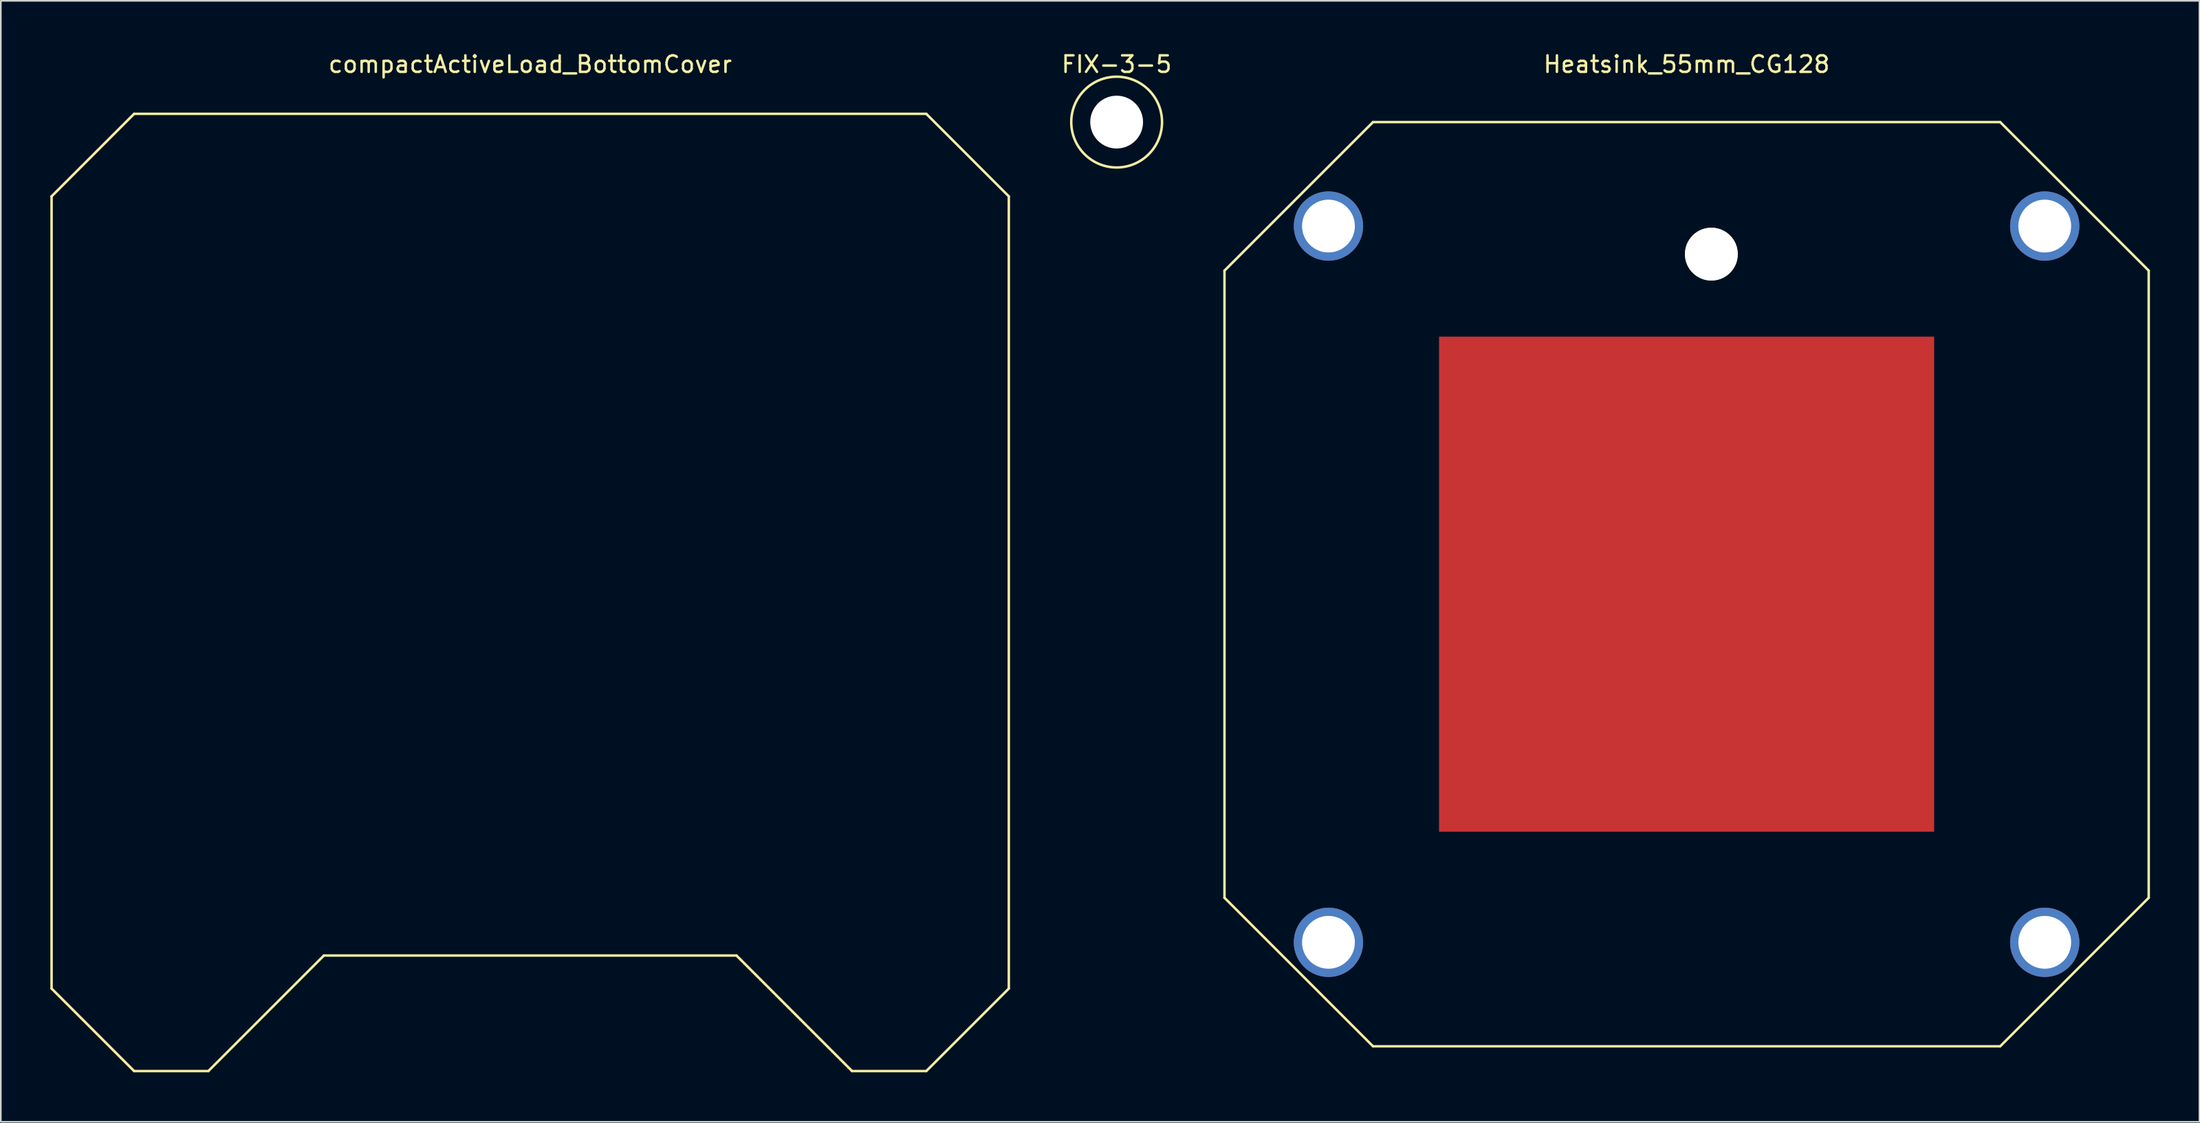
<source format=kicad_pcb>
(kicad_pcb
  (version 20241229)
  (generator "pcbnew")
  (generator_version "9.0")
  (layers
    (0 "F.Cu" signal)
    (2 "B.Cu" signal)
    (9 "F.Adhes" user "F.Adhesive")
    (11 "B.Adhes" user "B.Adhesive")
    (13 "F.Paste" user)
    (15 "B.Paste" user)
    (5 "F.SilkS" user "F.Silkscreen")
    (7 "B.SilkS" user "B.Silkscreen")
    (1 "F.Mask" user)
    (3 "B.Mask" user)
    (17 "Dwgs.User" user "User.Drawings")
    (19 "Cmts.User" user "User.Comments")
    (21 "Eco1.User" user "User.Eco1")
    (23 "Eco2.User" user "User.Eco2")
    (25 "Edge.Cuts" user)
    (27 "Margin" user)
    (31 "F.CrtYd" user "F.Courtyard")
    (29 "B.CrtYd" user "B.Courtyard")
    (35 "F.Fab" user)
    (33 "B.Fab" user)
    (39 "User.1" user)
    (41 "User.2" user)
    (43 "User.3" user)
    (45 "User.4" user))
  (footprint "compactActiveLoad_BottomCover"
    (layer "F.Cu")
    (at 29.075 32.848)
    (property "Reference" "compactActiveLoad_BottomCover" (at 0 -32 0) (layer "F.SilkS") (effects (font (size 1 1) (thickness 0.15))))
    (attr through_hole)
    (fp_line (start -29 -24) (end -29 24) (stroke (width 0.15) (type solid)) (layer "F.SilkS"))
    (fp_line (start -29 24) (end -24 29) (stroke (width 0.15) (type solid)) (layer "F.SilkS"))
    (fp_line (start -24 -29) (end -29 -24) (stroke (width 0.15) (type solid)) (layer "F.SilkS"))
    (fp_line (start -24 29) (end -19.5 29) (stroke (width 0.15) (type solid)) (layer "F.SilkS"))
    (fp_line (start -19.5 29) (end -12.5 22) (stroke (width 0.15) (type solid)) (layer "F.SilkS"))
    (fp_line (start -12.5 22) (end 12.5 22) (stroke (width 0.15) (type solid)) (layer "F.SilkS"))
    (fp_line (start 12.5 22) (end 19.5 29) (stroke (width 0.15) (type solid)) (layer "F.SilkS"))
    (fp_line (start 19.5 29) (end 24 29) (stroke (width 0.15) (type solid)) (layer "F.SilkS"))
    (fp_line (start 24 -29) (end -24 -29) (stroke (width 0.15) (type solid)) (layer "F.SilkS"))
    (fp_line (start 24 29) (end 29 24) (stroke (width 0.15) (type solid)) (layer "F.SilkS"))
    (fp_line (start 29 -24) (end 24 -29) (stroke (width 0.15) (type solid)) (layer "F.SilkS"))
    (fp_line (start 29 24) (end 29 -24) (stroke (width 0.15) (type solid)) (layer "F.SilkS")))
  (footprint "Heatsink_55mm_CG128"
    (layer "F.Cu")
    (at 99.142 32.348)
    (property "Reference" "Heatsink_55mm_CG128" (at 0 -31.5 0) (layer "F.SilkS") (effects (font (size 1 1) (thickness 0.15))))
    (attr through_hole)
    (fp_line (start -28 -19) (end -19 -28) (stroke (width 0.15) (type solid)) (layer "F.SilkS"))
    (fp_line (start -28 19) (end -28 -19) (stroke (width 0.15) (type solid)) (layer "F.SilkS"))
    (fp_line (start -19 -28) (end 19 -28) (stroke (width 0.15) (type solid)) (layer "F.SilkS"))
    (fp_line (start -19 28) (end -28 19) (stroke (width 0.15) (type solid)) (layer "F.SilkS"))
    (fp_line (start 19 -28) (end 28 -19) (stroke (width 0.15) (type solid)) (layer "F.SilkS"))
    (fp_line (start 19 28) (end -19 28) (stroke (width 0.15) (type solid)) (layer "F.SilkS"))
    (fp_line (start 28 -19) (end 28 19) (stroke (width 0.15) (type solid)) (layer "F.SilkS"))
    (fp_line (start 28 19) (end 19 28) (stroke (width 0.15) (type solid)) (layer "F.SilkS"))
    (pad "" np_thru_hole circle (at 1.5 -20) (size 3.2 3.2) (drill 3.2) (layers "*.Cu" "*.Mask" "F.SilkS"))
    (pad "HS" smd rect (at 0 0) (size 30 30) (layers "F.Cu" "F.Mask"))
    (pad "MNT" thru_hole circle (at -21.7 -21.7) (size 4.2 4.2) (drill 3.2) (layers "*.Cu" "*.Mask"))
    (pad "MNT" thru_hole circle (at -21.7 21.7) (size 4.2 4.2) (drill 3.2) (layers "*.Cu" "*.Mask"))
    (pad "MNT" thru_hole circle (at 21.7 -21.7) (size 4.2 4.2) (drill 3.2) (layers "*.Cu" "*.Mask"))
    (pad "MNT" thru_hole circle (at 21.7 21.7) (size 4.2 4.2) (drill 3.2) (layers "*.Cu" "*.Mask")))
  (footprint "FIX-3-5"
    (layer "F.Cu")
    (at 64.608 4.348)
    (property "Reference" "FIX-3-5" (at 0 -3.5 0) (layer "F.SilkS") (effects (font (size 1 1) (thickness 0.15))))
    (attr through_hole)
    (fp_circle (center 0 0) (end 2.75 0) (stroke (width 0.15) (type solid)) (fill no) (layer "F.SilkS"))
    (pad "" np_thru_hole circle (at 0 0) (size 3.2 3.2) (drill 3.2) (layers "*.Cu" "*.Mask")))
  (gr_rect
    (start -3 -3)
    (end 130.217 64.923)
    (stroke (width 0.1) (type default))
    (fill no)
    (layer "Edge.Cuts")))
</source>
